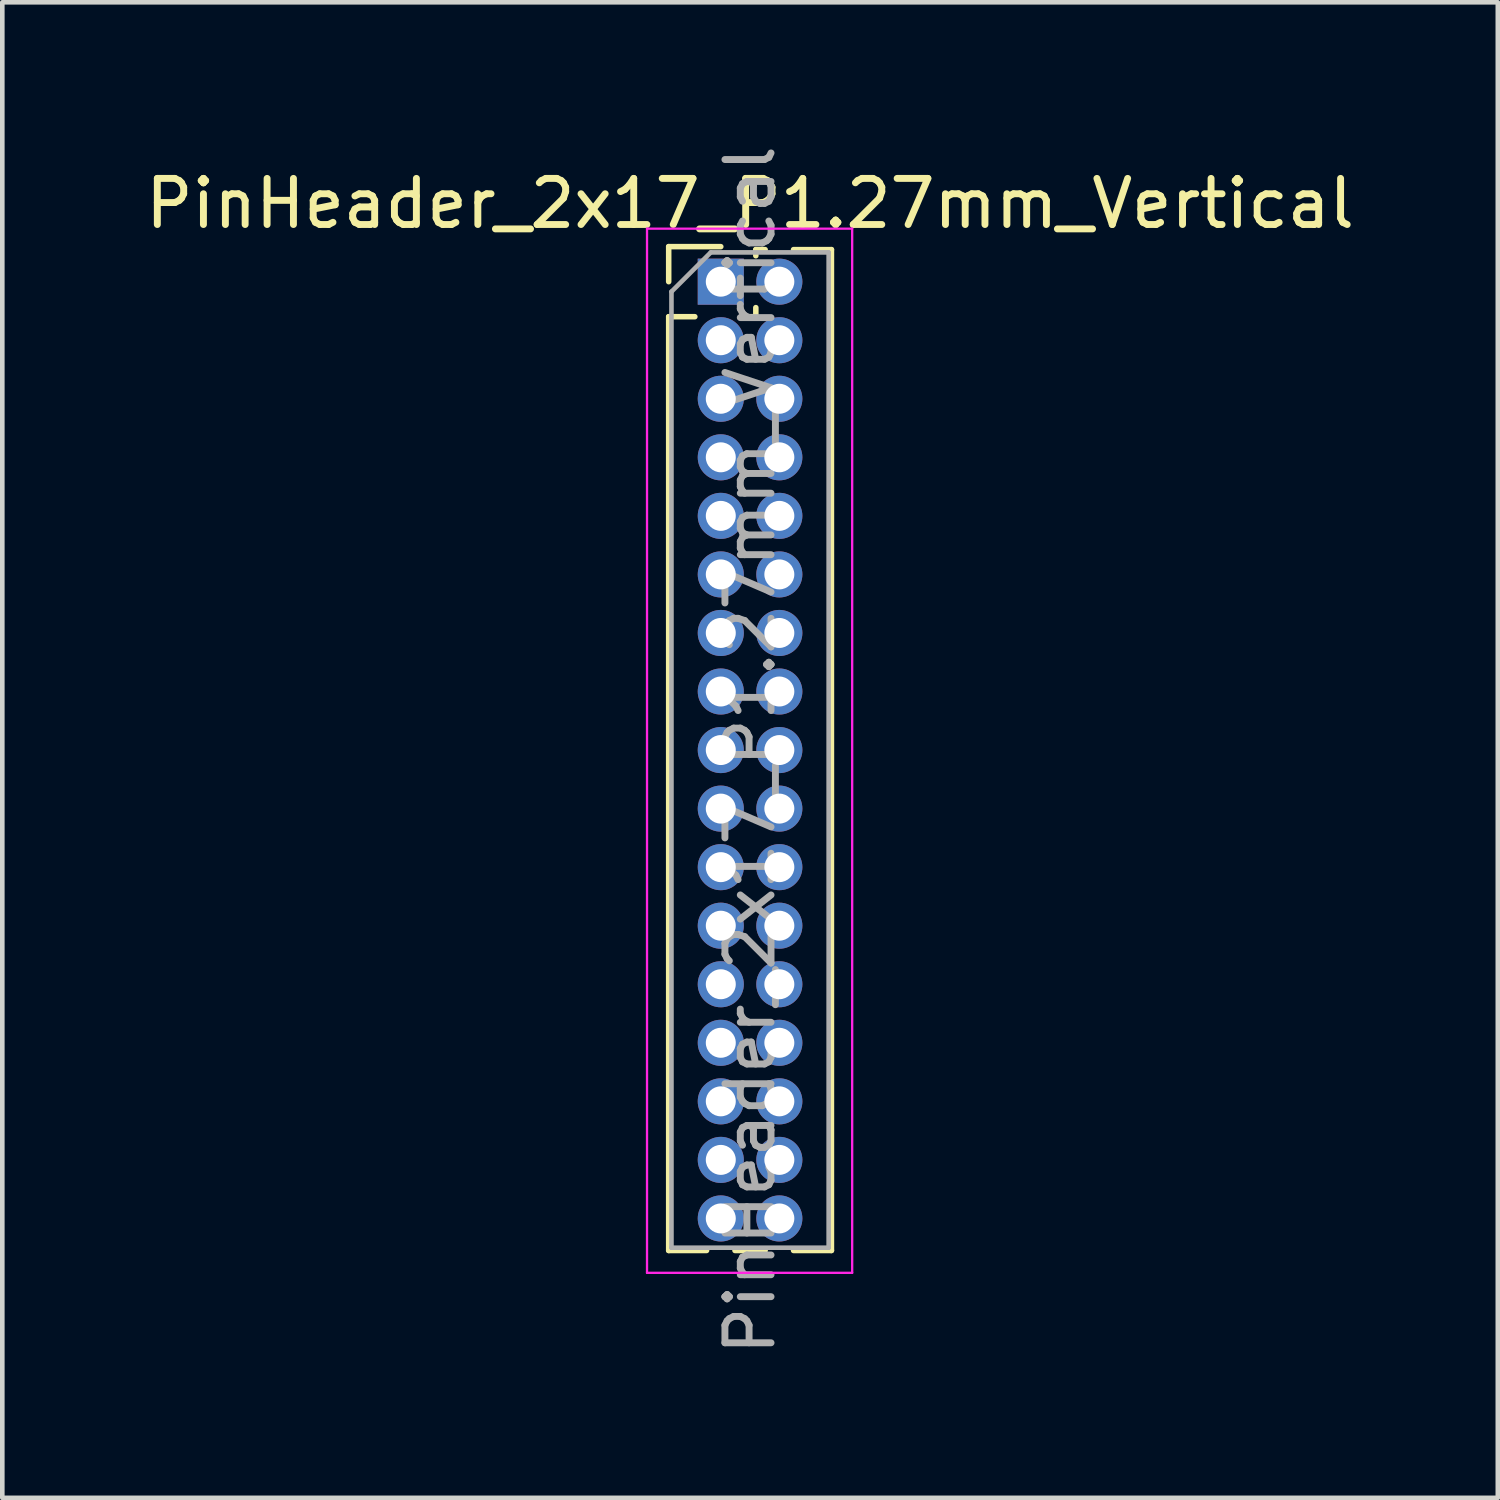
<source format=kicad_pcb>
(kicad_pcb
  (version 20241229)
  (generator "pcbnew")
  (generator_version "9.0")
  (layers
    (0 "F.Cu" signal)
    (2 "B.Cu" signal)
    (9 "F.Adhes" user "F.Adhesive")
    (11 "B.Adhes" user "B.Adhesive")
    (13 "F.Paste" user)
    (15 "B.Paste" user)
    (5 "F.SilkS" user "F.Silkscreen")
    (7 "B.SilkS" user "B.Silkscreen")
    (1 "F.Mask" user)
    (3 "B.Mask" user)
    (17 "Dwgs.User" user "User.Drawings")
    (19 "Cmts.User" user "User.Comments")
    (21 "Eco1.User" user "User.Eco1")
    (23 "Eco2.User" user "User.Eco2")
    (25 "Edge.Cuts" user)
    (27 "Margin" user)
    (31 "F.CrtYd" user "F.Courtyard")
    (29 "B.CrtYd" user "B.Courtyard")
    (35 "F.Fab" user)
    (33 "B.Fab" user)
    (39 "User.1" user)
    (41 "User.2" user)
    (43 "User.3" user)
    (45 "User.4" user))
  (footprint "PinHeader_2x17_P1.27mm_Vertical"
    (layer "F.Cu")
    (at 12.585 3.06)
    (property "Reference" "PinHeader_2x17_P1.27mm_Vertical" (at 0.635 -1.695 0) (layer "F.SilkS") (effects (font (size 1 1) (thickness 0.15))))
    (attr through_hole)
    (fp_line (start -1.13 -0.76) (end 0 -0.76) (stroke (width 0.12) (type solid)) (layer "F.SilkS"))
    (fp_line (start -1.13 0) (end -1.13 -0.76) (stroke (width 0.12) (type solid)) (layer "F.SilkS"))
    (fp_line (start -1.13 0.76) (end -1.13 21.015) (stroke (width 0.12) (type solid)) (layer "F.SilkS"))
    (fp_line (start -1.13 0.76) (end -0.563 0.76) (stroke (width 0.12) (type solid)) (layer "F.SilkS"))
    (fp_line (start -1.13 21.015) (end -0.308 21.015) (stroke (width 0.12) (type solid)) (layer "F.SilkS"))
    (fp_line (start 0.308 21.015) (end 0.962 21.015) (stroke (width 0.12) (type solid)) (layer "F.SilkS"))
    (fp_line (start 0.563 0.76) (end 0.707 0.76) (stroke (width 0.12) (type solid)) (layer "F.SilkS"))
    (fp_line (start 0.76 -0.695) (end 0.962 -0.695) (stroke (width 0.12) (type solid)) (layer "F.SilkS"))
    (fp_line (start 0.76 -0.563) (end 0.76 -0.695) (stroke (width 0.12) (type solid)) (layer "F.SilkS"))
    (fp_line (start 0.76 0.707) (end 0.76 0.563) (stroke (width 0.12) (type solid)) (layer "F.SilkS"))
    (fp_line (start 1.578 -0.695) (end 2.4 -0.695) (stroke (width 0.12) (type solid)) (layer "F.SilkS"))
    (fp_line (start 1.578 21.015) (end 2.4 21.015) (stroke (width 0.12) (type solid)) (layer "F.SilkS"))
    (fp_line (start 2.4 -0.695) (end 2.4 21.015) (stroke (width 0.12) (type solid)) (layer "F.SilkS"))
    (fp_line (start -1.6 -1.15) (end -1.6 21.5) (stroke (width 0.05) (type solid)) (layer "F.CrtYd"))
    (fp_line (start -1.6 21.5) (end 2.85 21.5) (stroke (width 0.05) (type solid)) (layer "F.CrtYd"))
    (fp_line (start 2.85 -1.15) (end -1.6 -1.15) (stroke (width 0.05) (type solid)) (layer "F.CrtYd"))
    (fp_line (start 2.85 21.5) (end 2.85 -1.15) (stroke (width 0.05) (type solid)) (layer "F.CrtYd"))
    (fp_line (start -1.07 0.217) (end -0.217 -0.635) (stroke (width 0.1) (type solid)) (layer "F.Fab"))
    (fp_line (start -1.07 20.955) (end -1.07 0.217) (stroke (width 0.1) (type solid)) (layer "F.Fab"))
    (fp_line (start -0.217 -0.635) (end 2.34 -0.635) (stroke (width 0.1) (type solid)) (layer "F.Fab"))
    (fp_line (start 2.34 -0.635) (end 2.34 20.955) (stroke (width 0.1) (type solid)) (layer "F.Fab"))
    (fp_line (start 2.34 20.955) (end -1.07 20.955) (stroke (width 0.1) (type solid)) (layer "F.Fab"))
    (fp_text user "${REFERENCE}" (at 0.635 10.16 90) (layer "F.Fab") (effects (font (size 1 1) (thickness 0.15))))
    (pad "1" thru_hole rect (at 0 0) (size 1 1) (drill 0.65) (layers "*.Cu" "*.Mask"))
    (pad "2" thru_hole oval (at 1.27 0) (size 1 1) (drill 0.65) (layers "*.Cu" "*.Mask"))
    (pad "3" thru_hole oval (at 0 1.27) (size 1 1) (drill 0.65) (layers "*.Cu" "*.Mask"))
    (pad "4" thru_hole oval (at 1.27 1.27) (size 1 1) (drill 0.65) (layers "*.Cu" "*.Mask"))
    (pad "5" thru_hole oval (at 0 2.54) (size 1 1) (drill 0.65) (layers "*.Cu" "*.Mask"))
    (pad "6" thru_hole oval (at 1.27 2.54) (size 1 1) (drill 0.65) (layers "*.Cu" "*.Mask"))
    (pad "7" thru_hole oval (at 0 3.81) (size 1 1) (drill 0.65) (layers "*.Cu" "*.Mask"))
    (pad "8" thru_hole oval (at 1.27 3.81) (size 1 1) (drill 0.65) (layers "*.Cu" "*.Mask"))
    (pad "9" thru_hole oval (at 0 5.08) (size 1 1) (drill 0.65) (layers "*.Cu" "*.Mask"))
    (pad "10" thru_hole oval (at 1.27 5.08) (size 1 1) (drill 0.65) (layers "*.Cu" "*.Mask"))
    (pad "11" thru_hole oval (at 0 6.35) (size 1 1) (drill 0.65) (layers "*.Cu" "*.Mask"))
    (pad "12" thru_hole oval (at 1.27 6.35) (size 1 1) (drill 0.65) (layers "*.Cu" "*.Mask"))
    (pad "13" thru_hole oval (at 0 7.62) (size 1 1) (drill 0.65) (layers "*.Cu" "*.Mask"))
    (pad "14" thru_hole oval (at 1.27 7.62) (size 1 1) (drill 0.65) (layers "*.Cu" "*.Mask"))
    (pad "15" thru_hole oval (at 0 8.89) (size 1 1) (drill 0.65) (layers "*.Cu" "*.Mask"))
    (pad "16" thru_hole oval (at 1.27 8.89) (size 1 1) (drill 0.65) (layers "*.Cu" "*.Mask"))
    (pad "17" thru_hole oval (at 0 10.16) (size 1 1) (drill 0.65) (layers "*.Cu" "*.Mask"))
    (pad "18" thru_hole oval (at 1.27 10.16) (size 1 1) (drill 0.65) (layers "*.Cu" "*.Mask"))
    (pad "19" thru_hole oval (at 0 11.43) (size 1 1) (drill 0.65) (layers "*.Cu" "*.Mask"))
    (pad "20" thru_hole oval (at 1.27 11.43) (size 1 1) (drill 0.65) (layers "*.Cu" "*.Mask"))
    (pad "21" thru_hole oval (at 0 12.7) (size 1 1) (drill 0.65) (layers "*.Cu" "*.Mask"))
    (pad "22" thru_hole oval (at 1.27 12.7) (size 1 1) (drill 0.65) (layers "*.Cu" "*.Mask"))
    (pad "23" thru_hole oval (at 0 13.97) (size 1 1) (drill 0.65) (layers "*.Cu" "*.Mask"))
    (pad "24" thru_hole oval (at 1.27 13.97) (size 1 1) (drill 0.65) (layers "*.Cu" "*.Mask"))
    (pad "25" thru_hole oval (at 0 15.24) (size 1 1) (drill 0.65) (layers "*.Cu" "*.Mask"))
    (pad "26" thru_hole oval (at 1.27 15.24) (size 1 1) (drill 0.65) (layers "*.Cu" "*.Mask"))
    (pad "27" thru_hole oval (at 0 16.51) (size 1 1) (drill 0.65) (layers "*.Cu" "*.Mask"))
    (pad "28" thru_hole oval (at 1.27 16.51) (size 1 1) (drill 0.65) (layers "*.Cu" "*.Mask"))
    (pad "29" thru_hole oval (at 0 17.78) (size 1 1) (drill 0.65) (layers "*.Cu" "*.Mask"))
    (pad "30" thru_hole oval (at 1.27 17.78) (size 1 1) (drill 0.65) (layers "*.Cu" "*.Mask"))
    (pad "31" thru_hole oval (at 0 19.05) (size 1 1) (drill 0.65) (layers "*.Cu" "*.Mask"))
    (pad "32" thru_hole oval (at 1.27 19.05) (size 1 1) (drill 0.65) (layers "*.Cu" "*.Mask"))
    (pad "33" thru_hole oval (at 0 20.32) (size 1 1) (drill 0.65) (layers "*.Cu" "*.Mask"))
    (pad "34" thru_hole oval (at 1.27 20.32) (size 1 1) (drill 0.65) (layers "*.Cu" "*.Mask")))
  (gr_rect
    (start -3 -3)
    (end 29.44 29.44)
    (stroke (width 0.1) (type default))
    (fill no)
    (layer "Edge.Cuts")))
</source>
